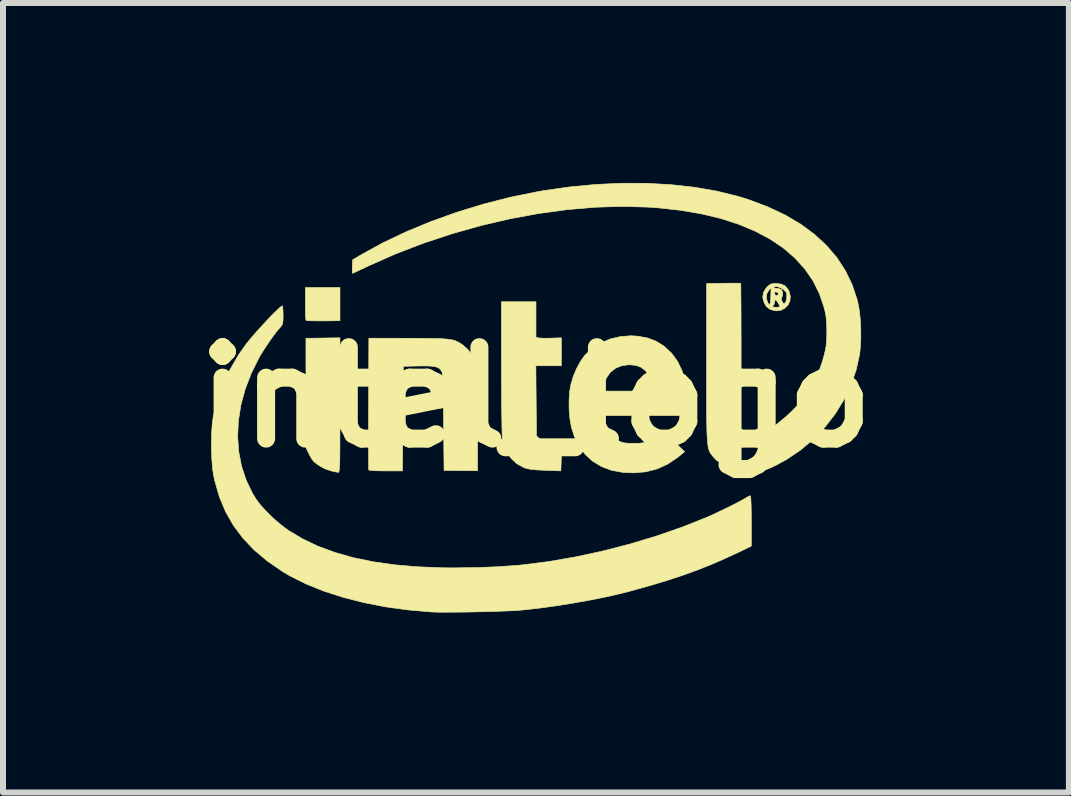
<source format=kicad_pcb>
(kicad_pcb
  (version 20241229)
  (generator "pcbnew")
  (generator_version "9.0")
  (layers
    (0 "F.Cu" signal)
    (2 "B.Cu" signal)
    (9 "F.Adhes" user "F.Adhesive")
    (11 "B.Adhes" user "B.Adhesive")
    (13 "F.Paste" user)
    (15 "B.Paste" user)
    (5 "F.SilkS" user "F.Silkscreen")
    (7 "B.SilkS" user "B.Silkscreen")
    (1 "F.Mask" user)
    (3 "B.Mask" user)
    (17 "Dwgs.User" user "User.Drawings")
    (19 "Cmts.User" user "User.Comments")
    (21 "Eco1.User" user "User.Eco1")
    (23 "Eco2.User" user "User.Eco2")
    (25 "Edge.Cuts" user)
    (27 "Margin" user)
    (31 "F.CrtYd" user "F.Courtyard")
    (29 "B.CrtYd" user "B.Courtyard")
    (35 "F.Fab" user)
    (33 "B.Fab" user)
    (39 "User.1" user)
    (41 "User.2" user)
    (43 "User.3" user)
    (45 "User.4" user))
  (footprint "intel_logo"
    (layer "F.Cu")
    (at 5.886 3.573)
    (property "Reference" "intel_logo" (at 0 0 0) (layer "F.SilkS") (effects (font (size 1.524 1.524) (thickness 0.3))))
    (attr through_hole)
    (fp_poly (pts (xy -3.268 -1.276) (xy -3.545 -1.273) (xy -3.639 -1.273) (xy -3.72 -1.274) (xy -3.783 -1.276) (xy -3.823 -1.279) (xy -3.833 -1.282) (xy -3.837 -1.301) (xy -3.84 -1.349) (xy -3.842 -1.419) (xy -3.844 -1.504) (xy -3.844 -1.561) (xy -3.844 -1.829) (xy -3.268 -1.829) (xy -3.268 -1.276)) (stroke (width 0.01) (type solid)) (fill yes) (layer "F.SilkS"))
    (fp_poly (pts (xy -3.268 0.131) (xy -3.268 0.354) (xy -3.268 0.545) (xy -3.269 0.707) (xy -3.269 0.842) (xy -3.27 0.953) (xy -3.271 1.042) (xy -3.273 1.112) (xy -3.275 1.164) (xy -3.278 1.202) (xy -3.282 1.227) (xy -3.286 1.242) (xy -3.29 1.25) (xy -3.296 1.252) (xy -3.298 1.252) (xy -3.329 1.247) (xy -3.381 1.236) (xy -3.429 1.224) (xy -3.524 1.19) (xy -3.617 1.139) (xy -3.695 1.08) (xy -3.715 1.059) (xy -3.74 1.025) (xy -3.77 0.973) (xy -3.791 0.931) (xy -3.835 0.838) (xy -3.835 -0.983) (xy -3.552 -0.987) (xy -3.268 -0.991) (xy -3.268 0.131)) (stroke (width 0.01) (type solid)) (fill yes) (layer "F.SilkS"))
    (fp_poly (pts (xy 3.364 -1.901) (xy 3.403 -1.9) (xy 3.414 -1.898) (xy 3.415 -1.88) (xy 3.416 -1.831) (xy 3.416 -1.753) (xy 3.417 -1.648) (xy 3.418 -1.519) (xy 3.419 -1.368) (xy 3.419 -1.197) (xy 3.42 -1.009) (xy 3.42 -0.807) (xy 3.42 -0.592) (xy 3.421 -0.367) (xy 3.421 -0.344) (xy 3.421 1.202) (xy 3.382 1.201) (xy 3.345 1.196) (xy 3.29 1.185) (xy 3.252 1.175) (xy 3.119 1.125) (xy 3.011 1.051) (xy 2.958 0.995) (xy 2.938 0.97) (xy 2.92 0.948) (xy 2.905 0.926) (xy 2.892 0.901) (xy 2.881 0.871) (xy 2.872 0.834) (xy 2.865 0.787) (xy 2.859 0.729) (xy 2.854 0.656) (xy 2.85 0.567) (xy 2.848 0.459) (xy 2.846 0.33) (xy 2.845 0.178) (xy 2.845 -0.001) (xy 2.845 -0.207) (xy 2.845 -0.444) (xy 2.845 -0.567) (xy 2.845 -1.895) (xy 3.126 -1.9) (xy 3.22 -1.901) (xy 3.301 -1.902) (xy 3.364 -1.901)) (stroke (width 0.01) (type solid)) (fill yes) (layer "F.SilkS"))
    (fp_poly (pts (xy 0 -1) (xy 0.04 -0.99) (xy 0.073 -0.986) (xy 0.131 -0.984) (xy 0.204 -0.984) (xy 0.251 -0.985) (xy 0.423 -0.991) (xy 0.423 -0.758) (xy 0.423 -0.525) (xy -0.002 -0.525) (xy 0.003 0.059) (xy 0.008 0.643) (xy 0.055 0.69) (xy 0.08 0.712) (xy 0.106 0.726) (xy 0.142 0.735) (xy 0.196 0.741) (xy 0.267 0.745) (xy 0.432 0.754) (xy 0.423 0.991) (xy 0.415 1.228) (xy 0.152 1.218) (xy 0.043 1.213) (xy -0.04 1.207) (xy -0.103 1.199) (xy -0.154 1.188) (xy -0.2 1.173) (xy -0.207 1.17) (xy -0.317 1.11) (xy -0.411 1.023) (xy -0.486 0.914) (xy -0.538 0.789) (xy -0.559 0.692) (xy -0.562 0.656) (xy -0.565 0.59) (xy -0.567 0.496) (xy -0.569 0.378) (xy -0.571 0.239) (xy -0.573 0.082) (xy -0.574 -0.089) (xy -0.575 -0.272) (xy -0.575 -0.463) (xy -0.575 -0.504) (xy -0.576 -1.592) (xy 0 -1.592) (xy 0 -1)) (stroke (width 0.01) (type solid)) (fill yes) (layer "F.SilkS"))
    (fp_poly (pts (xy -2.131 -0.983) (xy -1.952 -0.982) (xy -1.803 -0.981) (xy -1.68 -0.979) (xy -1.581 -0.976) (xy -1.501 -0.971) (xy -1.438 -0.963) (xy -1.386 -0.954) (xy -1.343 -0.941) (xy -1.306 -0.924) (xy -1.27 -0.904) (xy -1.232 -0.88) (xy -1.232 -0.88) (xy -1.133 -0.794) (xy -1.053 -0.68) (xy -1.012 -0.593) (xy -1.003 -0.572) (xy -0.996 -0.551) (xy -0.99 -0.527) (xy -0.985 -0.497) (xy -0.982 -0.458) (xy -0.979 -0.408) (xy -0.977 -0.343) (xy -0.975 -0.26) (xy -0.974 -0.156) (xy -0.974 -0.027) (xy -0.974 0.128) (xy -0.974 0.313) (xy -0.974 0.363) (xy -0.974 1.225) (xy -1.253 1.223) (xy -1.532 1.221) (xy -1.541 0.409) (xy -1.543 0.222) (xy -1.545 0.065) (xy -1.547 -0.063) (xy -1.549 -0.166) (xy -1.551 -0.248) (xy -1.554 -0.31) (xy -1.557 -0.357) (xy -1.561 -0.39) (xy -1.566 -0.414) (xy -1.572 -0.431) (xy -1.579 -0.444) (xy -1.585 -0.451) (xy -1.609 -0.478) (xy -1.641 -0.498) (xy -1.684 -0.511) (xy -1.744 -0.519) (xy -1.826 -0.522) (xy -1.935 -0.522) (xy -1.968 -0.521) (xy -2.21 -0.516) (xy -2.218 0.356) (xy -2.227 1.228) (xy -2.504 1.228) (xy -2.611 1.227) (xy -2.696 1.224) (xy -2.755 1.219) (xy -2.785 1.213) (xy -2.788 1.211) (xy -2.789 1.191) (xy -2.79 1.141) (xy -2.79 1.062) (xy -2.791 0.959) (xy -2.791 0.833) (xy -2.791 0.687) (xy -2.791 0.525) (xy -2.791 0.349) (xy -2.79 0.163) (xy -2.79 0.105) (xy -2.786 -0.984) (xy -2.131 -0.983)) (stroke (width 0.01) (type solid)) (fill yes) (layer "F.SilkS"))
    (fp_poly (pts (xy 1.706 -1.017) (xy 1.864 -0.987) (xy 2 -0.935) (xy 2.123 -0.86) (xy 2.129 -0.856) (xy 2.257 -0.739) (xy 2.36 -0.599) (xy 2.438 -0.436) (xy 2.491 -0.251) (xy 2.519 -0.044) (xy 2.523 0.089) (xy 2.523 0.305) (xy 1.115 0.305) (xy 1.126 0.377) (xy 1.161 0.499) (xy 1.224 0.604) (xy 1.312 0.689) (xy 1.389 0.734) (xy 1.435 0.752) (xy 1.485 0.763) (xy 1.551 0.768) (xy 1.626 0.769) (xy 1.708 0.768) (xy 1.769 0.762) (xy 1.819 0.75) (xy 1.87 0.73) (xy 1.884 0.724) (xy 1.947 0.691) (xy 2.006 0.652) (xy 2.036 0.628) (xy 2.074 0.596) (xy 2.104 0.578) (xy 2.111 0.576) (xy 2.129 0.587) (xy 2.167 0.618) (xy 2.219 0.663) (xy 2.281 0.72) (xy 2.304 0.742) (xy 2.478 0.908) (xy 2.36 1.004) (xy 2.197 1.114) (xy 2.022 1.194) (xy 1.833 1.243) (xy 1.63 1.261) (xy 1.445 1.252) (xy 1.259 1.218) (xy 1.093 1.156) (xy 0.946 1.067) (xy 0.821 0.953) (xy 0.717 0.813) (xy 0.638 0.65) (xy 0.59 0.497) (xy 0.566 0.361) (xy 0.553 0.206) (xy 0.552 0.048) (xy 0.563 -0.102) (xy 1.115 -0.102) (xy 1.947 -0.102) (xy 1.947 -0.165) (xy 1.936 -0.232) (xy 1.908 -0.31) (xy 1.867 -0.386) (xy 1.823 -0.445) (xy 1.752 -0.5) (xy 1.664 -0.532) (xy 1.554 -0.542) (xy 1.431 -0.527) (xy 1.325 -0.483) (xy 1.238 -0.414) (xy 1.173 -0.319) (xy 1.132 -0.201) (xy 1.126 -0.172) (xy 1.115 -0.102) (xy 0.563 -0.102) (xy 0.563 -0.102) (xy 0.582 -0.212) (xy 0.62 -0.341) (xy 0.674 -0.472) (xy 0.739 -0.593) (xy 0.809 -0.692) (xy 0.82 -0.705) (xy 0.94 -0.816) (xy 1.082 -0.906) (xy 1.241 -0.972) (xy 1.41 -1.012) (xy 1.586 -1.025) (xy 1.706 -1.017)) (stroke (width 0.01) (type solid)) (fill yes) (layer "F.SilkS"))
    (fp_poly (pts (xy 4.088 -1.887) (xy 4.155 -1.855) (xy 4.203 -1.798) (xy 4.219 -1.767) (xy 4.241 -1.683) (xy 4.233 -1.605) (xy 4.202 -1.538) (xy 4.15 -1.485) (xy 4.084 -1.451) (xy 4.007 -1.44) (xy 3.926 -1.457) (xy 3.894 -1.471) (xy 3.84 -1.516) (xy 3.838 -1.519) (xy 3.933 -1.519) (xy 3.946 -1.51) (xy 3.962 -1.505) (xy 4.003 -1.499) (xy 4.027 -1.5) (xy 4.058 -1.507) (xy 4.065 -1.507) (xy 4.066 -1.519) (xy 4.053 -1.547) (xy 4.032 -1.581) (xy 4.01 -1.61) (xy 3.993 -1.625) (xy 3.992 -1.625) (xy 3.983 -1.611) (xy 3.979 -1.583) (xy 3.968 -1.544) (xy 3.95 -1.528) (xy 3.933 -1.519) (xy 3.838 -1.519) (xy 3.803 -1.579) (xy 3.786 -1.644) (xy 3.842 -1.644) (xy 3.864 -1.579) (xy 3.883 -1.549) (xy 3.896 -1.546) (xy 3.906 -1.572) (xy 3.912 -1.628) (xy 3.915 -1.684) (xy 3.916 -1.727) (xy 3.979 -1.727) (xy 3.991 -1.7) (xy 4.017 -1.694) (xy 4.04 -1.712) (xy 4.038 -1.736) (xy 4.028 -1.746) (xy 3.996 -1.76) (xy 3.981 -1.746) (xy 3.979 -1.727) (xy 3.916 -1.727) (xy 3.92 -1.828) (xy 3.882 -1.783) (xy 3.846 -1.718) (xy 3.842 -1.644) (xy 3.786 -1.644) (xy 3.781 -1.665) (xy 3.791 -1.743) (xy 3.833 -1.815) (xy 3.848 -1.831) (xy 3.958 -1.831) (xy 3.977 -1.821) (xy 4.008 -1.817) (xy 4.055 -1.809) (xy 4.089 -1.795) (xy 4.091 -1.794) (xy 4.109 -1.76) (xy 4.114 -1.714) (xy 4.103 -1.674) (xy 4.097 -1.665) (xy 4.089 -1.638) (xy 4.1 -1.603) (xy 4.122 -1.566) (xy 4.143 -1.562) (xy 4.165 -1.591) (xy 4.178 -1.632) (xy 4.182 -1.685) (xy 4.178 -1.732) (xy 4.17 -1.753) (xy 4.13 -1.792) (xy 4.078 -1.825) (xy 4.027 -1.844) (xy 4.012 -1.846) (xy 3.97 -1.841) (xy 3.958 -1.831) (xy 3.848 -1.831) (xy 3.854 -1.838) (xy 3.895 -1.874) (xy 3.934 -1.892) (xy 3.986 -1.896) (xy 3.998 -1.897) (xy 4.088 -1.887)) (stroke (width 0.01) (type solid)) (fill yes) (layer "F.SilkS"))
    (fp_poly (pts (xy 1.847 -3.567) (xy 2.252 -3.544) (xy 2.641 -3.501) (xy 3.012 -3.437) (xy 3.36 -3.352) (xy 3.551 -3.293) (xy 3.866 -3.174) (xy 4.153 -3.039) (xy 4.412 -2.886) (xy 4.642 -2.717) (xy 4.843 -2.531) (xy 5.016 -2.329) (xy 5.158 -2.111) (xy 5.271 -1.878) (xy 5.354 -1.629) (xy 5.362 -1.6) (xy 5.388 -1.466) (xy 5.406 -1.31) (xy 5.415 -1.143) (xy 5.416 -0.975) (xy 5.407 -0.817) (xy 5.396 -0.718) (xy 5.339 -0.457) (xy 5.25 -0.201) (xy 5.133 0.045) (xy 4.988 0.279) (xy 4.818 0.498) (xy 4.625 0.7) (xy 4.411 0.88) (xy 4.179 1.037) (xy 4.005 1.132) (xy 3.938 1.164) (xy 3.877 1.191) (xy 3.832 1.208) (xy 3.823 1.211) (xy 3.776 1.223) (xy 3.776 0.628) (xy 3.84 0.582) (xy 4.007 0.456) (xy 4.149 0.34) (xy 4.269 0.23) (xy 4.372 0.122) (xy 4.463 0.01) (xy 4.545 -0.109) (xy 4.594 -0.19) (xy 4.669 -0.326) (xy 4.727 -0.455) (xy 4.774 -0.592) (xy 4.803 -0.695) (xy 4.823 -0.777) (xy 4.837 -0.847) (xy 4.844 -0.917) (xy 4.848 -0.998) (xy 4.849 -1.101) (xy 4.847 -1.207) (xy 4.842 -1.291) (xy 4.833 -1.365) (xy 4.818 -1.439) (xy 4.803 -1.499) (xy 4.725 -1.728) (xy 4.618 -1.943) (xy 4.481 -2.141) (xy 4.316 -2.323) (xy 4.123 -2.489) (xy 3.903 -2.637) (xy 3.655 -2.769) (xy 3.382 -2.883) (xy 3.083 -2.98) (xy 2.758 -3.058) (xy 2.409 -3.117) (xy 2.036 -3.158) (xy 1.888 -3.169) (xy 1.447 -3.182) (xy 0.99 -3.168) (xy 0.521 -3.128) (xy 0.043 -3.063) (xy -0.439 -2.974) (xy -0.922 -2.861) (xy -1.403 -2.725) (xy -1.877 -2.568) (xy -2.341 -2.39) (xy -2.79 -2.191) (xy -2.82 -2.177) (xy -2.901 -2.138) (xy -2.97 -2.106) (xy -3.023 -2.081) (xy -3.054 -2.068) (xy -3.059 -2.066) (xy -3.062 -2.081) (xy -3.063 -2.122) (xy -3.061 -2.179) (xy -3.061 -2.179) (xy -3.056 -2.292) (xy -2.929 -2.367) (xy -2.563 -2.569) (xy -2.17 -2.756) (xy -1.755 -2.928) (xy -1.323 -3.083) (xy -0.879 -3.219) (xy -0.427 -3.335) (xy 0.027 -3.427) (xy 0.127 -3.445) (xy 0.565 -3.507) (xy 1 -3.548) (xy 1.428 -3.568) (xy 1.847 -3.567)) (stroke (width 0.01) (type solid)) (fill yes) (layer "F.SilkS"))
    (fp_poly (pts (xy -4.224 -1.508) (xy -4.219 -1.466) (xy -4.217 -1.406) (xy -4.216 -1.371) (xy -4.217 -1.295) (xy -4.221 -1.245) (xy -4.23 -1.213) (xy -4.245 -1.189) (xy -4.252 -1.18) (xy -4.3 -1.125) (xy -4.36 -1.049) (xy -4.425 -0.958) (xy -4.492 -0.861) (xy -4.554 -0.765) (xy -4.607 -0.678) (xy -4.614 -0.665) (xy -4.745 -0.403) (xy -4.847 -0.138) (xy -4.919 0.126) (xy -4.961 0.389) (xy -4.974 0.648) (xy -4.957 0.901) (xy -4.91 1.145) (xy -4.833 1.379) (xy -4.727 1.6) (xy -4.662 1.706) (xy -4.594 1.796) (xy -4.504 1.895) (xy -4.4 1.998) (xy -4.29 2.096) (xy -4.179 2.183) (xy -4.123 2.223) (xy -3.888 2.363) (xy -3.631 2.485) (xy -3.351 2.588) (xy -3.048 2.674) (xy -2.72 2.742) (xy -2.366 2.793) (xy -1.985 2.826) (xy -1.576 2.843) (xy -1.371 2.845) (xy -0.992 2.84) (xy -0.64 2.826) (xy -0.311 2.803) (xy -0.212 2.793) (xy 0.222 2.738) (xy 0.671 2.66) (xy 1.127 2.561) (xy 1.581 2.443) (xy 2.027 2.308) (xy 2.457 2.158) (xy 2.836 2.007) (xy 2.938 1.962) (xy 3.049 1.91) (xy 3.162 1.856) (xy 3.271 1.802) (xy 3.367 1.753) (xy 3.445 1.711) (xy 3.487 1.686) (xy 3.531 1.66) (xy 3.564 1.645) (xy 3.573 1.643) (xy 3.579 1.659) (xy 3.583 1.709) (xy 3.587 1.791) (xy 3.589 1.905) (xy 3.59 2.049) (xy 3.59 2.062) (xy 3.59 2.482) (xy 3.374 2.586) (xy 3.144 2.692) (xy 2.919 2.79) (xy 2.692 2.88) (xy 2.458 2.965) (xy 2.21 3.047) (xy 1.943 3.128) (xy 1.651 3.21) (xy 1.524 3.245) (xy 1.324 3.294) (xy 1.098 3.343) (xy 0.853 3.391) (xy 0.598 3.436) (xy 0.34 3.477) (xy 0.088 3.512) (xy -0.152 3.54) (xy -0.242 3.549) (xy -0.323 3.555) (xy -0.431 3.561) (xy -0.561 3.566) (xy -0.706 3.571) (xy -0.861 3.575) (xy -1.021 3.579) (xy -1.18 3.582) (xy -1.333 3.583) (xy -1.473 3.584) (xy -1.594 3.584) (xy -1.693 3.582) (xy -1.753 3.579) (xy -2.143 3.545) (xy -2.519 3.493) (xy -2.878 3.422) (xy -3.219 3.335) (xy -3.538 3.232) (xy -3.833 3.113) (xy -4.101 2.979) (xy -4.225 2.906) (xy -4.475 2.734) (xy -4.694 2.55) (xy -4.883 2.352) (xy -5.043 2.139) (xy -5.174 1.91) (xy -5.277 1.664) (xy -5.354 1.399) (xy -5.379 1.278) (xy -5.394 1.168) (xy -5.404 1.035) (xy -5.41 0.889) (xy -5.411 0.738) (xy -5.407 0.591) (xy -5.398 0.456) (xy -5.384 0.344) (xy -5.379 0.314) (xy -5.313 0.056) (xy -5.219 -0.204) (xy -5.102 -0.458) (xy -4.964 -0.698) (xy -4.837 -0.879) (xy -4.783 -0.947) (xy -4.718 -1.024) (xy -4.645 -1.107) (xy -4.568 -1.192) (xy -4.491 -1.275) (xy -4.418 -1.352) (xy -4.351 -1.419) (xy -4.295 -1.473) (xy -4.254 -1.509) (xy -4.23 -1.524) (xy -4.229 -1.524) (xy -4.224 -1.508)) (stroke (width 0.01) (type solid)) (fill yes) (layer "F.SilkS")))
  (gr_rect
    (start -3 -3)
    (end 14.771 10.162)
    (stroke (width 0.1) (type default))
    (fill no)
    (layer "Edge.Cuts")))
</source>
